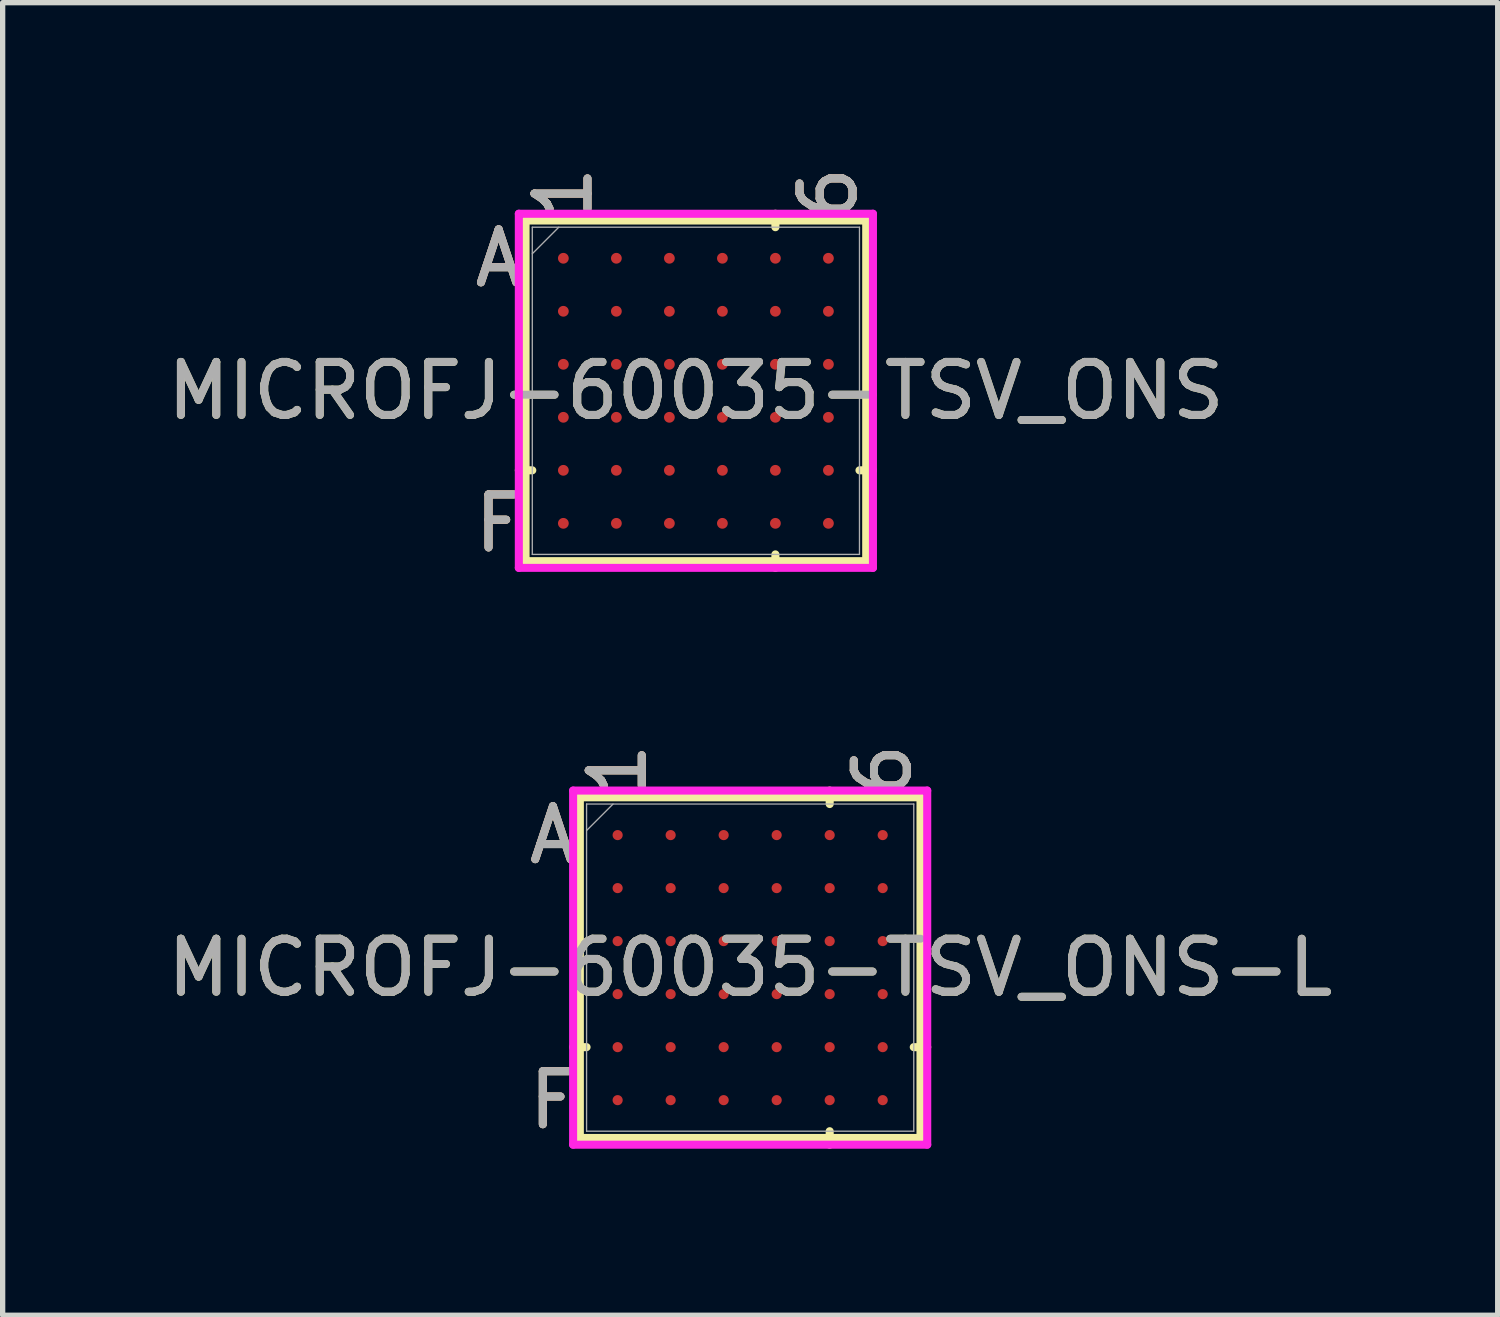
<source format=kicad_pcb>
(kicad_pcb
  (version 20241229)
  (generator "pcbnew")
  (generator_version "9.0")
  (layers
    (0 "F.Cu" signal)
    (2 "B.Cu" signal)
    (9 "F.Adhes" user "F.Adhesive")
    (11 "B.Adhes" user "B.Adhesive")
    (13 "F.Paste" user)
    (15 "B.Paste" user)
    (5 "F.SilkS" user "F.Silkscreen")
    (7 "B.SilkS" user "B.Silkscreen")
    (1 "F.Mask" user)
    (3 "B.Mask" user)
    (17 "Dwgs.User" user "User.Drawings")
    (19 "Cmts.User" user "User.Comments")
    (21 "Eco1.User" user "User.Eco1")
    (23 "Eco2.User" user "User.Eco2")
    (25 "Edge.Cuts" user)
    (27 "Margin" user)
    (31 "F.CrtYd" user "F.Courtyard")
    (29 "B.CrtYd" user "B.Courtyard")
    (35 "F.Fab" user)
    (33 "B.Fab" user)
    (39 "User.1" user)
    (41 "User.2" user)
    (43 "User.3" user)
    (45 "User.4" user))
  (footprint "MICROFJ-60035-TSV_ONS"
    (layer "F.Cu")
    (at 10.077 4.322)
    (property "Reference" "MICROFJ-60035-TSV_ONS" (at 0 0 0) (unlocked yes) (layer "F.SilkS") (effects (font (size 1 1) (thickness 0.15))))
    (attr smd)
    (fp_line (start -3.213 -3.213) (end -3.213 3.213) (stroke (width 0.152) (type solid)) (layer "F.SilkS"))
    (fp_line (start -3.213 3.213) (end 3.213 3.213) (stroke (width 0.152) (type solid)) (layer "F.SilkS"))
    (fp_line (start -3.086 1.5) (end -3.34 1.5) (stroke (width 0.152) (type solid)) (layer "F.SilkS"))
    (fp_line (start 1.5 -3.086) (end 1.5 -3.34) (stroke (width 0.152) (type solid)) (layer "F.SilkS"))
    (fp_line (start 1.5 3.086) (end 1.5 3.34) (stroke (width 0.152) (type solid)) (layer "F.SilkS"))
    (fp_line (start 3.086 1.5) (end 3.34 1.5) (stroke (width 0.152) (type solid)) (layer "F.SilkS"))
    (fp_line (start 3.213 -3.213) (end -3.213 -3.213) (stroke (width 0.152) (type solid)) (layer "F.SilkS"))
    (fp_line (start 3.213 3.213) (end 3.213 -3.213) (stroke (width 0.152) (type solid)) (layer "F.SilkS"))
    (fp_poly (pts (xy -3.508 -3.508) (xy 3.508 -3.508) (xy 3.508 3.508) (xy -3.508 3.508)) (stroke (width 0.1) (type solid)) (fill no) (layer "Eco2.User"))
    (fp_line (start -3.34 -3.34) (end 3.34 -3.34) (stroke (width 0.152) (type solid)) (layer "F.CrtYd"))
    (fp_line (start -3.34 3.34) (end -3.34 -3.34) (stroke (width 0.152) (type solid)) (layer "F.CrtYd"))
    (fp_line (start 3.34 -3.34) (end 3.34 3.34) (stroke (width 0.152) (type solid)) (layer "F.CrtYd"))
    (fp_line (start 3.34 3.34) (end -3.34 3.34) (stroke (width 0.152) (type solid)) (layer "F.CrtYd"))
    (fp_line (start -3.086 -3.086) (end -3.086 3.086) (stroke (width 0.025) (type solid)) (layer "F.Fab"))
    (fp_line (start -3.086 3.086) (end 3.086 3.086) (stroke (width 0.025) (type solid)) (layer "F.Fab"))
    (fp_line (start -2.586 -3.086) (end -3.086 -2.586) (stroke (width 0.025) (type solid)) (layer "F.Fab"))
    (fp_line (start 3.086 -3.086) (end -3.086 -3.086) (stroke (width 0.025) (type solid)) (layer "F.Fab"))
    (fp_line (start 3.086 3.086) (end 3.086 -3.086) (stroke (width 0.025) (type solid)) (layer "F.Fab"))
    (fp_text user "F" (at -3.721 2.5 0) (unlocked yes) (layer "F.SilkS") (effects (font (size 1 1) (thickness 0.15))))
    (fp_text user "A" (at -3.721 -2.5 0) (unlocked yes) (layer "F.SilkS") (effects (font (size 1 1) (thickness 0.15))))
    (fp_text user "1" (at -2.5 -3.721 90) (unlocked yes) (layer "F.SilkS") (effects (font (size 1 1) (thickness 0.15))))
    (fp_text user "6" (at 2.5 -3.721 90) (unlocked yes) (layer "F.SilkS") (effects (font (size 1 1) (thickness 0.15))))
    (fp_text user "F" (at -3.721 2.5 0) (unlocked yes) (layer "B.SilkS") (effects (font (size 1 1) (thickness 0.15))))
    (fp_text user "1" (at -2.5 -3.721 90) (unlocked yes) (layer "B.SilkS") (effects (font (size 1 1) (thickness 0.15))))
    (fp_text user "6" (at 2.5 -3.721 90) (unlocked yes) (layer "B.SilkS") (effects (font (size 1 1) (thickness 0.15))))
    (fp_text user "A" (at -3.721 -2.5 0) (unlocked yes) (layer "B.SilkS") (effects (font (size 1 1) (thickness 0.15))))
    (fp_text user "A" (at -3.721 -2.5 0) (unlocked yes) (layer "F.Fab") (effects (font (size 1 1) (thickness 0.15))))
    (fp_text user "1" (at -2.5 -3.721 90) (unlocked yes) (layer "F.Fab") (effects (font (size 1 1) (thickness 0.15))))
    (fp_text user "${REFERENCE}" (at 0 0 0) (unlocked yes) (layer "F.Fab") (effects (font (size 1 1) (thickness 0.15))))
    (fp_text user "F" (at -3.721 2.5 0) (unlocked yes) (layer "F.Fab") (effects (font (size 1 1) (thickness 0.15))))
    (fp_text user "6" (at 2.5 -3.721 90) (unlocked yes) (layer "F.Fab") (effects (font (size 1 1) (thickness 0.15))))
    (pad "A1" smd circle (at -2.5 -2.5) (size 0.203 0.203) (layers "F.Cu" "F.Mask" "F.Paste"))
    (pad "A2" smd circle (at -1.5 -2.5) (size 0.203 0.203) (layers "F.Cu" "F.Mask" "F.Paste"))
    (pad "A3" smd circle (at -0.5 -2.5) (size 0.203 0.203) (layers "F.Cu" "F.Mask" "F.Paste"))
    (pad "A4" smd circle (at 0.5 -2.5) (size 0.203 0.203) (layers "F.Cu" "F.Mask" "F.Paste"))
    (pad "A5" smd circle (at 1.5 -2.5) (size 0.203 0.203) (layers "F.Cu" "F.Mask" "F.Paste"))
    (pad "A6" smd circle (at 2.5 -2.5) (size 0.203 0.203) (layers "F.Cu" "F.Mask" "F.Paste"))
    (pad "B1" smd circle (at -2.5 -1.5) (size 0.203 0.203) (layers "F.Cu" "F.Mask" "F.Paste"))
    (pad "B2" smd circle (at -1.5 -1.5) (size 0.203 0.203) (layers "F.Cu" "F.Mask" "F.Paste"))
    (pad "B3" smd circle (at -0.5 -1.5) (size 0.203 0.203) (layers "F.Cu" "F.Mask" "F.Paste"))
    (pad "B4" smd circle (at 0.5 -1.5) (size 0.203 0.203) (layers "F.Cu" "F.Mask" "F.Paste"))
    (pad "B5" smd circle (at 1.5 -1.5) (size 0.203 0.203) (layers "F.Cu" "F.Mask" "F.Paste"))
    (pad "B6" smd circle (at 2.5 -1.5) (size 0.203 0.203) (layers "F.Cu" "F.Mask" "F.Paste"))
    (pad "C1" smd circle (at -2.5 -0.5) (size 0.203 0.203) (layers "F.Cu" "F.Mask" "F.Paste"))
    (pad "C2" smd circle (at -1.5 -0.5) (size 0.203 0.203) (layers "F.Cu" "F.Mask" "F.Paste"))
    (pad "C3" smd circle (at -0.5 -0.5) (size 0.203 0.203) (layers "F.Cu" "F.Mask" "F.Paste"))
    (pad "C4" smd circle (at 0.5 -0.5) (size 0.203 0.203) (layers "F.Cu" "F.Mask" "F.Paste"))
    (pad "C5" smd circle (at 1.5 -0.5) (size 0.203 0.203) (layers "F.Cu" "F.Mask" "F.Paste"))
    (pad "C6" smd circle (at 2.5 -0.5) (size 0.203 0.203) (layers "F.Cu" "F.Mask" "F.Paste"))
    (pad "D1" smd circle (at -2.5 0.5) (size 0.203 0.203) (layers "F.Cu" "F.Mask" "F.Paste"))
    (pad "D2" smd circle (at -1.5 0.5) (size 0.203 0.203) (layers "F.Cu" "F.Mask" "F.Paste"))
    (pad "D3" smd circle (at -0.5 0.5) (size 0.203 0.203) (layers "F.Cu" "F.Mask" "F.Paste"))
    (pad "D4" smd circle (at 0.5 0.5) (size 0.203 0.203) (layers "F.Cu" "F.Mask" "F.Paste"))
    (pad "D5" smd circle (at 1.5 0.5) (size 0.203 0.203) (layers "F.Cu" "F.Mask" "F.Paste"))
    (pad "D6" smd circle (at 2.5 0.5) (size 0.203 0.203) (layers "F.Cu" "F.Mask" "F.Paste"))
    (pad "E1" smd circle (at -2.5 1.5) (size 0.203 0.203) (layers "F.Cu" "F.Mask" "F.Paste"))
    (pad "E2" smd circle (at -1.5 1.5) (size 0.203 0.203) (layers "F.Cu" "F.Mask" "F.Paste"))
    (pad "E3" smd circle (at -0.5 1.5) (size 0.203 0.203) (layers "F.Cu" "F.Mask" "F.Paste"))
    (pad "E4" smd circle (at 0.5 1.5) (size 0.203 0.203) (layers "F.Cu" "F.Mask" "F.Paste"))
    (pad "E5" smd circle (at 1.5 1.5) (size 0.203 0.203) (layers "F.Cu" "F.Mask" "F.Paste"))
    (pad "E6" smd circle (at 2.5 1.5) (size 0.203 0.203) (layers "F.Cu" "F.Mask" "F.Paste"))
    (pad "F1" smd circle (at -2.5 2.5) (size 0.203 0.203) (layers "F.Cu" "F.Mask" "F.Paste"))
    (pad "F2" smd circle (at -1.5 2.5) (size 0.203 0.203) (layers "F.Cu" "F.Mask" "F.Paste"))
    (pad "F3" smd circle (at -0.5 2.5) (size 0.203 0.203) (layers "F.Cu" "F.Mask" "F.Paste"))
    (pad "F4" smd circle (at 0.5 2.5) (size 0.203 0.203) (layers "F.Cu" "F.Mask" "F.Paste"))
    (pad "F5" smd circle (at 1.5 2.5) (size 0.203 0.203) (layers "F.Cu" "F.Mask" "F.Paste"))
    (pad "F6" smd circle (at 2.5 2.5) (size 0.203 0.203) (layers "F.Cu" "F.Mask" "F.Paste")))
  (footprint "MICROFJ-60035-TSV_ONS-L"
    (layer "F.Cu")
    (at 11.101 15.203)
    (property "Reference" "MICROFJ-60035-TSV_ONS-L" (at 0 0 0) (unlocked yes) (layer "F.SilkS") (effects (font (size 1 1) (thickness 0.15))))
    (attr smd)
    (fp_line (start -3.213 -3.213) (end -3.213 3.213) (stroke (width 0.152) (type solid)) (layer "F.SilkS"))
    (fp_line (start -3.213 3.213) (end 3.213 3.213) (stroke (width 0.152) (type solid)) (layer "F.SilkS"))
    (fp_line (start -3.086 1.5) (end -3.34 1.5) (stroke (width 0.152) (type solid)) (layer "F.SilkS"))
    (fp_line (start 1.5 -3.086) (end 1.5 -3.34) (stroke (width 0.152) (type solid)) (layer "F.SilkS"))
    (fp_line (start 1.5 3.086) (end 1.5 3.34) (stroke (width 0.152) (type solid)) (layer "F.SilkS"))
    (fp_line (start 3.086 1.5) (end 3.34 1.5) (stroke (width 0.152) (type solid)) (layer "F.SilkS"))
    (fp_line (start 3.213 -3.213) (end -3.213 -3.213) (stroke (width 0.152) (type solid)) (layer "F.SilkS"))
    (fp_line (start 3.213 3.213) (end 3.213 -3.213) (stroke (width 0.152) (type solid)) (layer "F.SilkS"))
    (fp_poly (pts (xy -3.508 -3.508) (xy 3.508 -3.508) (xy 3.508 3.508) (xy -3.508 3.508)) (stroke (width 0.1) (type solid)) (fill no) (layer "Eco2.User"))
    (fp_line (start -3.34 -3.34) (end 3.34 -3.34) (stroke (width 0.152) (type solid)) (layer "F.CrtYd"))
    (fp_line (start -3.34 3.34) (end -3.34 -3.34) (stroke (width 0.152) (type solid)) (layer "F.CrtYd"))
    (fp_line (start 3.34 -3.34) (end 3.34 3.34) (stroke (width 0.152) (type solid)) (layer "F.CrtYd"))
    (fp_line (start 3.34 3.34) (end -3.34 3.34) (stroke (width 0.152) (type solid)) (layer "F.CrtYd"))
    (fp_line (start -3.086 -3.086) (end -3.086 3.086) (stroke (width 0.025) (type solid)) (layer "F.Fab"))
    (fp_line (start -3.086 3.086) (end 3.086 3.086) (stroke (width 0.025) (type solid)) (layer "F.Fab"))
    (fp_line (start -2.586 -3.086) (end -3.086 -2.586) (stroke (width 0.025) (type solid)) (layer "F.Fab"))
    (fp_line (start 3.086 -3.086) (end -3.086 -3.086) (stroke (width 0.025) (type solid)) (layer "F.Fab"))
    (fp_line (start 3.086 3.086) (end 3.086 -3.086) (stroke (width 0.025) (type solid)) (layer "F.Fab"))
    (fp_text user "1" (at -2.5 -3.721 90) (unlocked yes) (layer "F.SilkS") (effects (font (size 1 1) (thickness 0.15))))
    (fp_text user "6" (at 2.5 -3.721 90) (unlocked yes) (layer "F.SilkS") (effects (font (size 1 1) (thickness 0.15))))
    (fp_text user "F" (at -3.721 2.5 0) (unlocked yes) (layer "F.SilkS") (effects (font (size 1 1) (thickness 0.15))))
    (fp_text user "A" (at -3.721 -2.5 0) (unlocked yes) (layer "F.SilkS") (effects (font (size 1 1) (thickness 0.15))))
    (fp_text user "A" (at -3.721 -2.5 0) (unlocked yes) (layer "B.SilkS") (effects (font (size 1 1) (thickness 0.15))))
    (fp_text user "1" (at -2.5 -3.721 90) (unlocked yes) (layer "B.SilkS") (effects (font (size 1 1) (thickness 0.15))))
    (fp_text user "F" (at -3.721 2.5 0) (unlocked yes) (layer "B.SilkS") (effects (font (size 1 1) (thickness 0.15))))
    (fp_text user "6" (at 2.5 -3.721 90) (unlocked yes) (layer "B.SilkS") (effects (font (size 1 1) (thickness 0.15))))
    (fp_text user "A" (at -3.721 -2.5 0) (unlocked yes) (layer "F.Fab") (effects (font (size 1 1) (thickness 0.15))))
    (fp_text user "1" (at -2.5 -3.721 90) (unlocked yes) (layer "F.Fab") (effects (font (size 1 1) (thickness 0.15))))
    (fp_text user "F" (at -3.721 2.5 0) (unlocked yes) (layer "F.Fab") (effects (font (size 1 1) (thickness 0.15))))
    (fp_text user "${REFERENCE}" (at 0 0 0) (unlocked yes) (layer "F.Fab") (effects (font (size 1 1) (thickness 0.15))))
    (fp_text user "6" (at 2.5 -3.721 90) (unlocked yes) (layer "F.Fab") (effects (font (size 1 1) (thickness 0.15))))
    (pad "A1" smd circle (at -2.5 -2.5) (size 0.191 0.191) (layers "F.Cu" "F.Mask" "F.Paste"))
    (pad "A2" smd circle (at -1.5 -2.5) (size 0.191 0.191) (layers "F.Cu" "F.Mask" "F.Paste"))
    (pad "A3" smd circle (at -0.5 -2.5) (size 0.191 0.191) (layers "F.Cu" "F.Mask" "F.Paste"))
    (pad "A4" smd circle (at 0.5 -2.5) (size 0.191 0.191) (layers "F.Cu" "F.Mask" "F.Paste"))
    (pad "A5" smd circle (at 1.5 -2.5) (size 0.191 0.191) (layers "F.Cu" "F.Mask" "F.Paste"))
    (pad "A6" smd circle (at 2.5 -2.5) (size 0.191 0.191) (layers "F.Cu" "F.Mask" "F.Paste"))
    (pad "B1" smd circle (at -2.5 -1.5) (size 0.191 0.191) (layers "F.Cu" "F.Mask" "F.Paste"))
    (pad "B2" smd circle (at -1.5 -1.5) (size 0.191 0.191) (layers "F.Cu" "F.Mask" "F.Paste"))
    (pad "B3" smd circle (at -0.5 -1.5) (size 0.191 0.191) (layers "F.Cu" "F.Mask" "F.Paste"))
    (pad "B4" smd circle (at 0.5 -1.5) (size 0.191 0.191) (layers "F.Cu" "F.Mask" "F.Paste"))
    (pad "B5" smd circle (at 1.5 -1.5) (size 0.191 0.191) (layers "F.Cu" "F.Mask" "F.Paste"))
    (pad "B6" smd circle (at 2.5 -1.5) (size 0.191 0.191) (layers "F.Cu" "F.Mask" "F.Paste"))
    (pad "C1" smd circle (at -2.5 -0.5) (size 0.191 0.191) (layers "F.Cu" "F.Mask" "F.Paste"))
    (pad "C2" smd circle (at -1.5 -0.5) (size 0.191 0.191) (layers "F.Cu" "F.Mask" "F.Paste"))
    (pad "C3" smd circle (at -0.5 -0.5) (size 0.191 0.191) (layers "F.Cu" "F.Mask" "F.Paste"))
    (pad "C4" smd circle (at 0.5 -0.5) (size 0.191 0.191) (layers "F.Cu" "F.Mask" "F.Paste"))
    (pad "C5" smd circle (at 1.5 -0.5) (size 0.191 0.191) (layers "F.Cu" "F.Mask" "F.Paste"))
    (pad "C6" smd circle (at 2.5 -0.5) (size 0.191 0.191) (layers "F.Cu" "F.Mask" "F.Paste"))
    (pad "D1" smd circle (at -2.5 0.5) (size 0.191 0.191) (layers "F.Cu" "F.Mask" "F.Paste"))
    (pad "D2" smd circle (at -1.5 0.5) (size 0.191 0.191) (layers "F.Cu" "F.Mask" "F.Paste"))
    (pad "D3" smd circle (at -0.5 0.5) (size 0.191 0.191) (layers "F.Cu" "F.Mask" "F.Paste"))
    (pad "D4" smd circle (at 0.5 0.5) (size 0.191 0.191) (layers "F.Cu" "F.Mask" "F.Paste"))
    (pad "D5" smd circle (at 1.5 0.5) (size 0.191 0.191) (layers "F.Cu" "F.Mask" "F.Paste"))
    (pad "D6" smd circle (at 2.5 0.5) (size 0.191 0.191) (layers "F.Cu" "F.Mask" "F.Paste"))
    (pad "E1" smd circle (at -2.5 1.5) (size 0.191 0.191) (layers "F.Cu" "F.Mask" "F.Paste"))
    (pad "E2" smd circle (at -1.5 1.5) (size 0.191 0.191) (layers "F.Cu" "F.Mask" "F.Paste"))
    (pad "E3" smd circle (at -0.5 1.5) (size 0.191 0.191) (layers "F.Cu" "F.Mask" "F.Paste"))
    (pad "E4" smd circle (at 0.5 1.5) (size 0.191 0.191) (layers "F.Cu" "F.Mask" "F.Paste"))
    (pad "E5" smd circle (at 1.5 1.5) (size 0.191 0.191) (layers "F.Cu" "F.Mask" "F.Paste"))
    (pad "E6" smd circle (at 2.5 1.5) (size 0.191 0.191) (layers "F.Cu" "F.Mask" "F.Paste"))
    (pad "F1" smd circle (at -2.5 2.5) (size 0.191 0.191) (layers "F.Cu" "F.Mask" "F.Paste"))
    (pad "F2" smd circle (at -1.5 2.5) (size 0.191 0.191) (layers "F.Cu" "F.Mask" "F.Paste"))
    (pad "F3" smd circle (at -0.5 2.5) (size 0.191 0.191) (layers "F.Cu" "F.Mask" "F.Paste"))
    (pad "F4" smd circle (at 0.5 2.5) (size 0.191 0.191) (layers "F.Cu" "F.Mask" "F.Paste"))
    (pad "F5" smd circle (at 1.5 2.5) (size 0.191 0.191) (layers "F.Cu" "F.Mask" "F.Paste"))
    (pad "F6" smd circle (at 2.5 2.5) (size 0.191 0.191) (layers "F.Cu" "F.Mask" "F.Paste")))
  (gr_rect
    (start -3 -3)
    (end 25.202 21.761)
    (stroke (width 0.1) (type default))
    (fill no)
    (layer "Edge.Cuts")))
</source>
